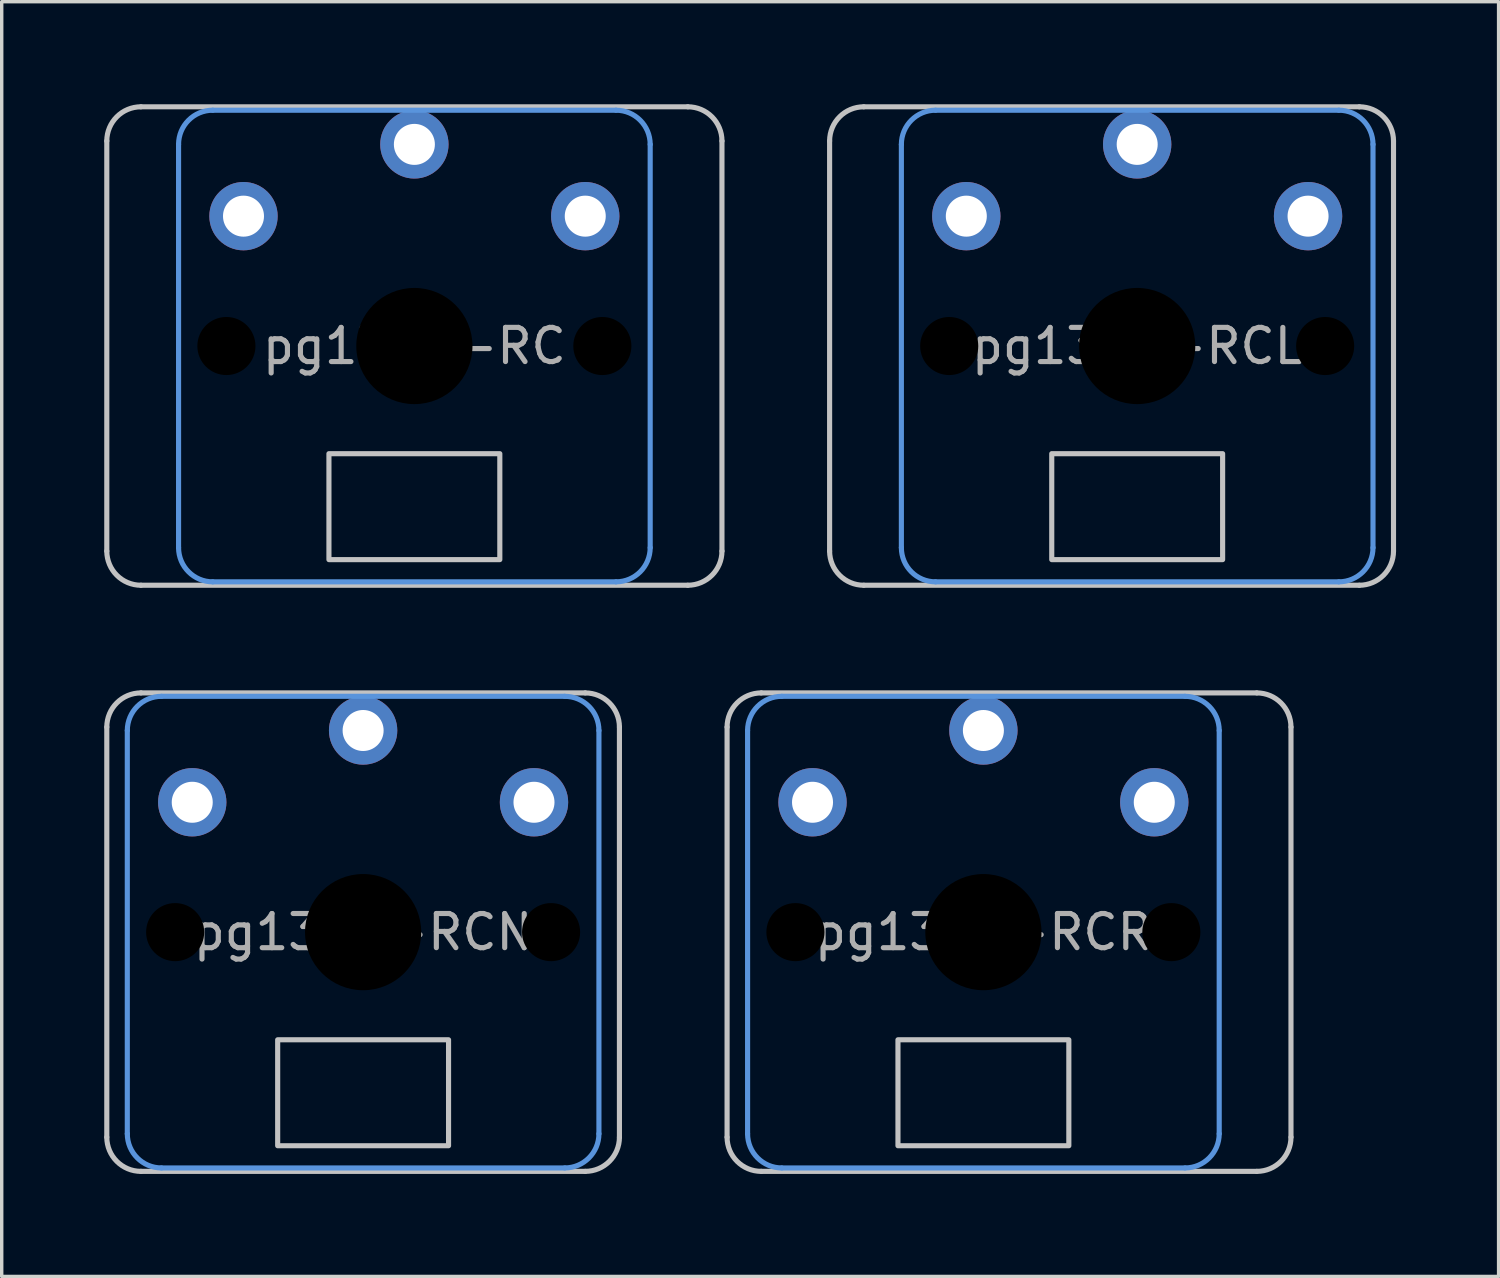
<source format=kicad_pcb>
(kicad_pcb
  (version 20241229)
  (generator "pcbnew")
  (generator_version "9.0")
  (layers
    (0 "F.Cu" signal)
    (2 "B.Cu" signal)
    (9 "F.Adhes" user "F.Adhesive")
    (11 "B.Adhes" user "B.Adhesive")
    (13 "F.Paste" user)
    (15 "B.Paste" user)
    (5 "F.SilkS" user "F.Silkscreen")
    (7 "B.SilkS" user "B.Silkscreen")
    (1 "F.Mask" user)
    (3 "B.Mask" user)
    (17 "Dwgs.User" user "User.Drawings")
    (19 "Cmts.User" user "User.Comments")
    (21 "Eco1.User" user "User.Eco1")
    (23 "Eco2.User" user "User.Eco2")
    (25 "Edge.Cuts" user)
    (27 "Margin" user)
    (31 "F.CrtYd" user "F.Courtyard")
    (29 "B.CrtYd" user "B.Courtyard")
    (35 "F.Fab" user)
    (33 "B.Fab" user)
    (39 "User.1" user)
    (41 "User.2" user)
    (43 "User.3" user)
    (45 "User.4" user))
  (footprint "pg1350-RCN"
    (layer "F.Cu")
    (at 7.575 24.225)
    (property "Reference" "pg1350-RCN" (at 0 0 0) (layer "F.Fab") (effects (font (size 1 1) (thickness 0.15))))
    (attr through_hole)
    (fp_line (start -7.5 6) (end -7.5 -6) (stroke (width 0.15) (type solid)) (layer "Dwgs.User"))
    (fp_line (start -6.5 -7) (end 6.5 -7) (stroke (width 0.15) (type solid)) (layer "Dwgs.User"))
    (fp_line (start 6.5 7) (end -6.5 7) (stroke (width 0.15) (type solid)) (layer "Dwgs.User"))
    (fp_line (start 7.5 -6) (end 7.5 6) (stroke (width 0.15) (type solid)) (layer "Dwgs.User"))
    (fp_rect (start 2.5 6.25) (end -2.5 3.15) (stroke (width 0.15) (type solid)) (fill no) (layer "Dwgs.User"))
    (fp_arc (start -7.5 -6) (mid -7.207107 -6.707107) (end -6.5 -7) (stroke (width 0.15) (type solid)) (layer "Dwgs.User"))
    (fp_arc (start -6.5 7) (mid -7.207107 6.707107) (end -7.5 6) (stroke (width 0.15) (type solid)) (layer "Dwgs.User"))
    (fp_arc (start 6.5 -7) (mid 7.207107 -6.707107) (end 7.5 -6) (stroke (width 0.15) (type solid)) (layer "Dwgs.User"))
    (fp_arc (start 7.5 6) (mid 7.207107 6.707107) (end 6.5 7) (stroke (width 0.15) (type solid)) (layer "Dwgs.User"))
    (fp_line (start -6.9 5.9) (end -6.9 -5.9) (stroke (width 0.15) (type solid)) (layer "Cmts.User"))
    (fp_line (start -5.9 -6.9) (end 5.9 -6.9) (stroke (width 0.15) (type solid)) (layer "Cmts.User"))
    (fp_line (start 5.9 6.9) (end -5.9 6.9) (stroke (width 0.15) (type solid)) (layer "Cmts.User"))
    (fp_line (start 6.9 -5.9) (end 6.9 5.9) (stroke (width 0.15) (type solid)) (layer "Cmts.User"))
    (fp_arc (start -6.9 -5.9) (mid -6.607107 -6.607107) (end -5.9 -6.9) (stroke (width 0.15) (type solid)) (layer "Cmts.User"))
    (fp_arc (start -5.9 6.9) (mid -6.607107 6.607107) (end -6.9 5.9) (stroke (width 0.15) (type solid)) (layer "Cmts.User"))
    (fp_arc (start 5.9 -6.9) (mid 6.607107 -6.607107) (end 6.9 -5.9) (stroke (width 0.15) (type solid)) (layer "Cmts.User"))
    (fp_arc (start 6.9 5.9) (mid 6.607107 6.607107) (end 5.9 6.9) (stroke (width 0.15) (type solid)) (layer "Cmts.User"))
    (pad "" np_thru_hole circle (at -5.5 0) (size 1.7 1.7) (drill 1.7) (layers "*.Mask"))
    (pad "" np_thru_hole circle (at 0 0) (size 3.4 3.4) (drill 3.4) (layers "*.Mask"))
    (pad "" np_thru_hole circle (at 5.5 0) (size 1.7 1.7) (drill 1.7) (layers "*.Mask"))
    (pad "1" thru_hole circle (at 0 -5.9) (size 2 2) (drill 1.2) (layers "*.Cu" "*.Mask"))
    (pad "2" thru_hole circle (at -5 -3.8) (size 2 2) (drill 1.2) (layers "*.Cu" "F.Mask"))
    (pad "2" thru_hole circle (at 5 -3.8) (size 2 2) (drill 1.2) (layers "*.Cu" "B.Mask")))
  (footprint "pg1350-RC"
    (layer "F.Cu")
    (at 9.075 7.075)
    (property "Reference" "pg1350-RC" (at 0 0 0) (layer "F.Fab") (effects (font (size 1 1) (thickness 0.15))))
    (attr through_hole)
    (fp_line (start -9 6) (end -9 -6) (stroke (width 0.15) (type solid)) (layer "Dwgs.User"))
    (fp_line (start -8 -7) (end 8 -7) (stroke (width 0.15) (type solid)) (layer "Dwgs.User"))
    (fp_line (start 8 7) (end -8 7) (stroke (width 0.15) (type solid)) (layer "Dwgs.User"))
    (fp_line (start 9 -6) (end 9 6) (stroke (width 0.15) (type solid)) (layer "Dwgs.User"))
    (fp_rect (start 2.5 6.25) (end -2.5 3.15) (stroke (width 0.15) (type solid)) (fill no) (layer "Dwgs.User"))
    (fp_arc (start -9 -6) (mid -8.707107 -6.707107) (end -8 -7) (stroke (width 0.15) (type solid)) (layer "Dwgs.User"))
    (fp_arc (start -8 7) (mid -8.707107 6.707107) (end -9 6) (stroke (width 0.15) (type solid)) (layer "Dwgs.User"))
    (fp_arc (start 8 -7) (mid 8.707107 -6.707107) (end 9 -6) (stroke (width 0.15) (type solid)) (layer "Dwgs.User"))
    (fp_arc (start 9 6) (mid 8.707107 6.707107) (end 8 7) (stroke (width 0.15) (type solid)) (layer "Dwgs.User"))
    (fp_line (start -6.9 5.9) (end -6.9 -5.9) (stroke (width 0.15) (type solid)) (layer "Cmts.User"))
    (fp_line (start -5.9 -6.9) (end 5.9 -6.9) (stroke (width 0.15) (type solid)) (layer "Cmts.User"))
    (fp_line (start 5.9 6.9) (end -5.9 6.9) (stroke (width 0.15) (type solid)) (layer "Cmts.User"))
    (fp_line (start 6.9 -5.9) (end 6.9 5.9) (stroke (width 0.15) (type solid)) (layer "Cmts.User"))
    (fp_arc (start -6.9 -5.9) (mid -6.607107 -6.607107) (end -5.9 -6.9) (stroke (width 0.15) (type solid)) (layer "Cmts.User"))
    (fp_arc (start -5.9 6.9) (mid -6.607107 6.607107) (end -6.9 5.9) (stroke (width 0.15) (type solid)) (layer "Cmts.User"))
    (fp_arc (start 5.9 -6.9) (mid 6.607107 -6.607107) (end 6.9 -5.9) (stroke (width 0.15) (type solid)) (layer "Cmts.User"))
    (fp_arc (start 6.9 5.9) (mid 6.607107 6.607107) (end 5.9 6.9) (stroke (width 0.15) (type solid)) (layer "Cmts.User"))
    (pad "" np_thru_hole circle (at -5.5 0) (size 1.7 1.7) (drill 1.7) (layers "*.Mask"))
    (pad "" np_thru_hole circle (at 0 0) (size 3.4 3.4) (drill 3.4) (layers "*.Mask"))
    (pad "" np_thru_hole circle (at 5.5 0) (size 1.7 1.7) (drill 1.7) (layers "*.Mask"))
    (pad "1" thru_hole circle (at 0 -5.9) (size 2 2) (drill 1.2) (layers "*.Cu" "*.Mask"))
    (pad "2" thru_hole circle (at -5 -3.8) (size 2 2) (drill 1.2) (layers "*.Cu" "F.Mask"))
    (pad "2" thru_hole circle (at 5 -3.8) (size 2 2) (drill 1.2) (layers "*.Cu" "B.Mask")))
  (footprint "pg1350-RCL"
    (layer "F.Cu")
    (at 30.225 7.075)
    (property "Reference" "pg1350-RCL" (at 0 0 0) (layer "F.Fab") (effects (font (size 1 1) (thickness 0.15))))
    (attr through_hole)
    (fp_line (start -9 6) (end -9 -6) (stroke (width 0.15) (type solid)) (layer "Dwgs.User"))
    (fp_line (start -8 -7) (end 6.5 -7) (stroke (width 0.15) (type solid)) (layer "Dwgs.User"))
    (fp_line (start 6.5 7) (end -8 7) (stroke (width 0.15) (type solid)) (layer "Dwgs.User"))
    (fp_line (start 7.5 -6) (end 7.5 6) (stroke (width 0.15) (type solid)) (layer "Dwgs.User"))
    (fp_rect (start 2.5 6.25) (end -2.5 3.15) (stroke (width 0.15) (type solid)) (fill no) (layer "Dwgs.User"))
    (fp_arc (start -9 -6) (mid -8.707107 -6.707107) (end -8 -7) (stroke (width 0.15) (type solid)) (layer "Dwgs.User"))
    (fp_arc (start -8 7) (mid -8.707107 6.707107) (end -9 6) (stroke (width 0.15) (type solid)) (layer "Dwgs.User"))
    (fp_arc (start 6.5 -7) (mid 7.207107 -6.707107) (end 7.5 -6) (stroke (width 0.15) (type solid)) (layer "Dwgs.User"))
    (fp_arc (start 7.5 6) (mid 7.207107 6.707107) (end 6.5 7) (stroke (width 0.15) (type solid)) (layer "Dwgs.User"))
    (fp_line (start -6.9 5.9) (end -6.9 -5.9) (stroke (width 0.15) (type solid)) (layer "Cmts.User"))
    (fp_line (start -5.9 -6.9) (end 5.9 -6.9) (stroke (width 0.15) (type solid)) (layer "Cmts.User"))
    (fp_line (start 5.9 6.9) (end -5.9 6.9) (stroke (width 0.15) (type solid)) (layer "Cmts.User"))
    (fp_line (start 6.9 -5.9) (end 6.9 5.9) (stroke (width 0.15) (type solid)) (layer "Cmts.User"))
    (fp_arc (start -6.9 -5.9) (mid -6.607107 -6.607107) (end -5.9 -6.9) (stroke (width 0.15) (type solid)) (layer "Cmts.User"))
    (fp_arc (start -5.9 6.9) (mid -6.607107 6.607107) (end -6.9 5.9) (stroke (width 0.15) (type solid)) (layer "Cmts.User"))
    (fp_arc (start 5.9 -6.9) (mid 6.607107 -6.607107) (end 6.9 -5.9) (stroke (width 0.15) (type solid)) (layer "Cmts.User"))
    (fp_arc (start 6.9 5.9) (mid 6.607107 6.607107) (end 5.9 6.9) (stroke (width 0.15) (type solid)) (layer "Cmts.User"))
    (pad "" np_thru_hole circle (at -5.5 0) (size 1.7 1.7) (drill 1.7) (layers "*.Mask"))
    (pad "" np_thru_hole circle (at 0 0) (size 3.4 3.4) (drill 3.4) (layers "*.Mask"))
    (pad "" np_thru_hole circle (at 5.5 0) (size 1.7 1.7) (drill 1.7) (layers "*.Mask"))
    (pad "1" thru_hole circle (at 0 -5.9) (size 2 2) (drill 1.2) (layers "*.Cu" "*.Mask"))
    (pad "2" thru_hole circle (at -5 -3.8) (size 2 2) (drill 1.2) (layers "*.Cu" "F.Mask"))
    (pad "2" thru_hole circle (at 5 -3.8) (size 2 2) (drill 1.2) (layers "*.Cu" "B.Mask")))
  (footprint "pg1350-RCR"
    (layer "F.Cu")
    (at 25.725 24.225)
    (property "Reference" "pg1350-RCR" (at 0 0 0) (layer "F.Fab") (effects (font (size 1 1) (thickness 0.15))))
    (attr through_hole)
    (fp_line (start -7.5 6) (end -7.5 -6) (stroke (width 0.15) (type solid)) (layer "Dwgs.User"))
    (fp_line (start -6.5 -7) (end 8 -7) (stroke (width 0.15) (type solid)) (layer "Dwgs.User"))
    (fp_line (start 8 7) (end -6.5 7) (stroke (width 0.15) (type solid)) (layer "Dwgs.User"))
    (fp_line (start 9 -6) (end 9 6) (stroke (width 0.15) (type solid)) (layer "Dwgs.User"))
    (fp_rect (start 2.5 6.25) (end -2.5 3.15) (stroke (width 0.15) (type solid)) (fill no) (layer "Dwgs.User"))
    (fp_arc (start -7.5 -6) (mid -7.207107 -6.707107) (end -6.5 -7) (stroke (width 0.15) (type solid)) (layer "Dwgs.User"))
    (fp_arc (start -6.5 7) (mid -7.207107 6.707107) (end -7.5 6) (stroke (width 0.15) (type solid)) (layer "Dwgs.User"))
    (fp_arc (start 8 -7) (mid 8.707107 -6.707107) (end 9 -6) (stroke (width 0.15) (type solid)) (layer "Dwgs.User"))
    (fp_arc (start 9 6) (mid 8.707107 6.707107) (end 8 7) (stroke (width 0.15) (type solid)) (layer "Dwgs.User"))
    (fp_line (start -6.9 5.9) (end -6.9 -5.9) (stroke (width 0.15) (type solid)) (layer "Cmts.User"))
    (fp_line (start -5.9 -6.9) (end 5.9 -6.9) (stroke (width 0.15) (type solid)) (layer "Cmts.User"))
    (fp_line (start 5.9 6.9) (end -5.9 6.9) (stroke (width 0.15) (type solid)) (layer "Cmts.User"))
    (fp_line (start 6.9 -5.9) (end 6.9 5.9) (stroke (width 0.15) (type solid)) (layer "Cmts.User"))
    (fp_arc (start -6.9 -5.9) (mid -6.607107 -6.607107) (end -5.9 -6.9) (stroke (width 0.15) (type solid)) (layer "Cmts.User"))
    (fp_arc (start -5.9 6.9) (mid -6.607107 6.607107) (end -6.9 5.9) (stroke (width 0.15) (type solid)) (layer "Cmts.User"))
    (fp_arc (start 5.9 -6.9) (mid 6.607107 -6.607107) (end 6.9 -5.9) (stroke (width 0.15) (type solid)) (layer "Cmts.User"))
    (fp_arc (start 6.9 5.9) (mid 6.607107 6.607107) (end 5.9 6.9) (stroke (width 0.15) (type solid)) (layer "Cmts.User"))
    (pad "" np_thru_hole circle (at -5.5 0) (size 1.7 1.7) (drill 1.7) (layers "*.Mask"))
    (pad "" np_thru_hole circle (at 0 0) (size 3.4 3.4) (drill 3.4) (layers "*.Mask"))
    (pad "" np_thru_hole circle (at 5.5 0) (size 1.7 1.7) (drill 1.7) (layers "*.Mask"))
    (pad "1" thru_hole circle (at 0 -5.9) (size 2 2) (drill 1.2) (layers "*.Cu" "*.Mask"))
    (pad "2" thru_hole circle (at -5 -3.8) (size 2 2) (drill 1.2) (layers "*.Cu" "F.Mask"))
    (pad "2" thru_hole circle (at 5 -3.8) (size 2 2) (drill 1.2) (layers "*.Cu" "B.Mask")))
  (gr_rect
    (start -3 -3)
    (end 40.8 34.3)
    (stroke (width 0.1) (type default))
    (fill no)
    (layer "Edge.Cuts")))
</source>
